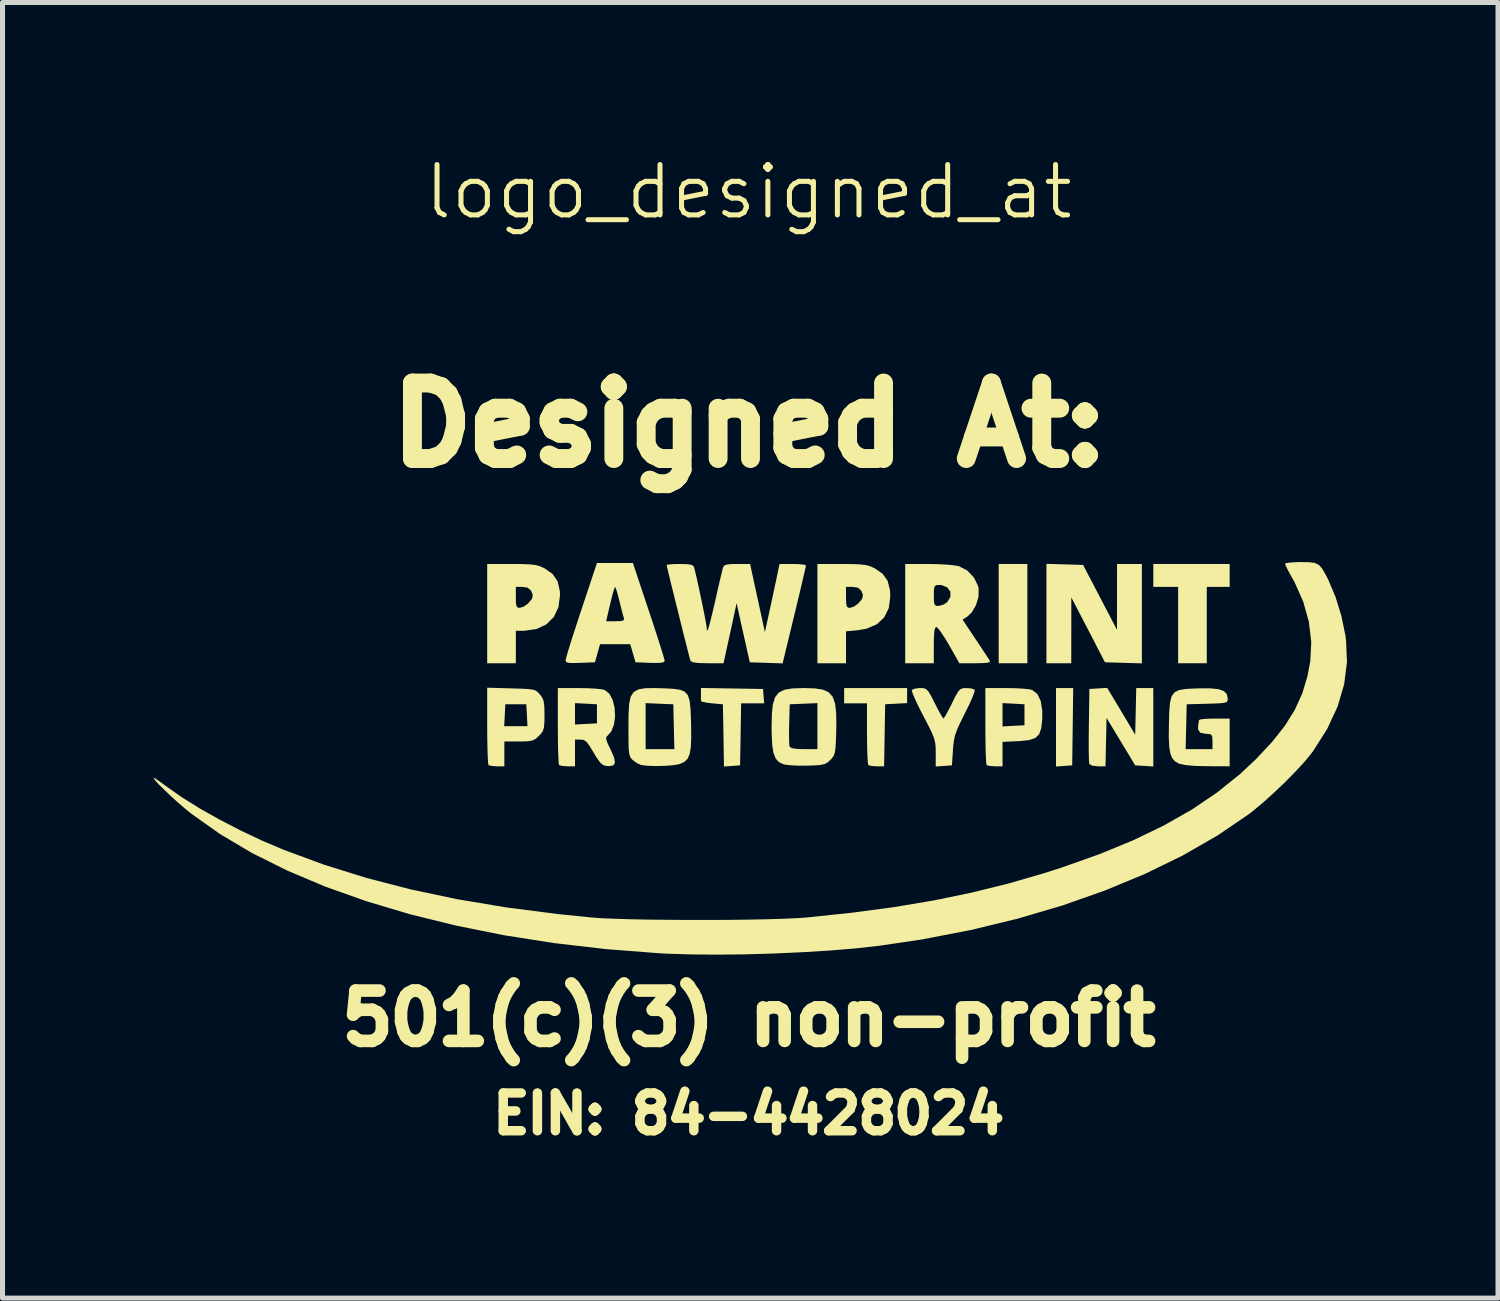
<source format=kicad_pcb>
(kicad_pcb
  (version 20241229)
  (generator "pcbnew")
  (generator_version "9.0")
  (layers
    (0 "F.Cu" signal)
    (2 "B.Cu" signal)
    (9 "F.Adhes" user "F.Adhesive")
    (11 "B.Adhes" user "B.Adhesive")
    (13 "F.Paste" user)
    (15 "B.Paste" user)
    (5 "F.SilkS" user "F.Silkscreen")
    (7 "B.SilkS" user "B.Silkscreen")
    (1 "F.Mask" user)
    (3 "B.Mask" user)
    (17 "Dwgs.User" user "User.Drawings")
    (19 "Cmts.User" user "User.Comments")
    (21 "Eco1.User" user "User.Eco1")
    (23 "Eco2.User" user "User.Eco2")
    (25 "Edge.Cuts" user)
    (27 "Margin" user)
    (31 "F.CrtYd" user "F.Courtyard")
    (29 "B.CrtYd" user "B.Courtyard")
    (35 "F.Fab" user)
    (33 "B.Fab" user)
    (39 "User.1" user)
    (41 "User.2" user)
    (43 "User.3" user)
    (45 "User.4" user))
  (footprint "logo_designed_at"
    (layer "F.Cu")
    (at 11.821 11.261)
    (property "Reference" "logo_designed_at" (at 0 -10.5 0) (unlocked yes) (layer "F.SilkS") (effects (font (size 1 1) (thickness 0.1))))
    (attr smd)
    (fp_poly (pts (xy -10.307 -2.031) (xy -10.265 -1.947) (xy -10.219 -1.834) (xy -10.16 -1.692) (xy -10.095 -1.563) (xy -10.05 -1.493) (xy -9.964 -1.384) (xy -10.09 -1.334) (xy -10.189 -1.284) (xy -10.258 -1.23) (xy -10.261 -1.226) (xy -10.298 -1.195) (xy -10.335 -1.218) (xy -10.371 -1.268) (xy -10.418 -1.377) (xy -10.445 -1.519) (xy -10.454 -1.674) (xy -10.445 -1.825) (xy -10.419 -1.952) (xy -10.377 -2.037) (xy -10.336 -2.062)) (stroke (width 0) (type solid)) (fill yes) (layer "F.Mask"))
    (fp_poly (pts (xy -7.267 -3.269) (xy -7.162 -3.216) (xy -7.11 -3.179) (xy -7.022 -3.096) (xy -6.93 -2.989) (xy -6.85 -2.878) (xy -6.798 -2.785) (xy -6.786 -2.743) (xy -6.815 -2.696) (xy -6.835 -2.692) (xy -6.898 -2.675) (xy -6.994 -2.635) (xy -7.024 -2.62) (xy -7.163 -2.549) (xy -7.188 -2.687) (xy -7.219 -2.796) (xy -7.274 -2.936) (xy -7.324 -3.046) (xy -7.378 -3.162) (xy -7.411 -3.249) (xy -7.416 -3.288) (xy -7.36 -3.296)) (stroke (width 0) (type solid)) (fill yes) (layer "F.Mask"))
    (fp_poly (pts (xy -9.916 -3.91) (xy -9.874 -3.826) (xy -9.859 -3.782) (xy -9.81 -3.646) (xy -9.743 -3.498) (xy -9.719 -3.451) (xy -9.666 -3.349) (xy -9.648 -3.292) (xy -9.664 -3.255) (xy -9.691 -3.233) (xy -9.761 -3.193) (xy -9.795 -3.184) (xy -9.849 -3.161) (xy -9.898 -3.124) (xy -9.951 -3.087) (xy -9.986 -3.109) (xy -10.009 -3.149) (xy -10.049 -3.262) (xy -10.071 -3.405) (xy -10.075 -3.561) (xy -10.063 -3.71) (xy -10.037 -3.835) (xy -9.997 -3.918) (xy -9.955 -3.943)) (stroke (width 0) (type solid)) (fill yes) (layer "F.Mask"))
    (fp_poly (pts (xy -8.882 -4.302) (xy -8.743 -4.232) (xy -8.633 -4.141) (xy -8.529 -4.009) (xy -8.486 -3.945) (xy -8.414 -3.826) (xy -8.384 -3.756) (xy -8.395 -3.723) (xy -8.444 -3.715) (xy -8.445 -3.715) (xy -8.524 -3.698) (xy -8.619 -3.658) (xy -8.7 -3.617) (xy -8.737 -3.605) (xy -8.759 -3.616) (xy -8.77 -3.627) (xy -8.79 -3.681) (xy -8.795 -3.737) (xy -8.812 -3.814) (xy -8.857 -3.93) (xy -8.909 -4.037) (xy -8.985 -4.189) (xy -9.019 -4.284) (xy -9.012 -4.328) (xy -8.963 -4.33)) (stroke (width 0) (type solid)) (fill yes) (layer "F.Mask"))
    (fp_poly (pts (xy -6.713 -2.511) (xy -6.585 -2.448) (xy -6.457 -2.365) (xy -6.266 -2.203) (xy -6.111 -2.01) (xy -5.995 -1.795) (xy -5.919 -1.572) (xy -5.885 -1.35) (xy -5.895 -1.142) (xy -5.951 -0.957) (xy -6.056 -0.808) (xy -6.175 -0.723) (xy -6.307 -0.666) (xy -6.417 -0.652) (xy -6.546 -0.676) (xy -6.572 -0.683) (xy -6.738 -0.772) (xy -6.868 -0.926) (xy -6.889 -0.964) (xy -6.939 -1.076) (xy -7 -1.236) (xy -7.064 -1.418) (xy -7.123 -1.598) (xy -7.167 -1.75) (xy -7.184 -1.823) (xy -7.185 -2.021) (xy -7.126 -2.22) (xy -7.014 -2.394) (xy -6.991 -2.419) (xy -6.9 -2.495) (xy -6.813 -2.526)) (stroke (width 0) (type solid)) (fill yes) (layer "F.Mask"))
    (fp_poly (pts (xy -8.157 -3.452) (xy -7.982 -3.351) (xy -7.808 -3.206) (xy -7.645 -3.021) (xy -7.498 -2.804) (xy -7.376 -2.561) (xy -7.301 -2.353) (xy -7.251 -2.085) (xy -7.261 -1.842) (xy -7.33 -1.634) (xy -7.455 -1.466) (xy -7.634 -1.347) (xy -7.647 -1.341) (xy -7.766 -1.299) (xy -7.853 -1.297) (xy -7.942 -1.333) (xy -7.942 -1.333) (xy -8.102 -1.453) (xy -8.256 -1.628) (xy -8.385 -1.835) (xy -8.385 -1.836) (xy -8.472 -2.035) (xy -8.547 -2.26) (xy -8.607 -2.497) (xy -8.651 -2.734) (xy -8.678 -2.957) (xy -8.684 -3.152) (xy -8.668 -3.306) (xy -8.628 -3.406) (xy -8.615 -3.421) (xy -8.481 -3.493) (xy -8.326 -3.501)) (stroke (width 0) (type solid)) (fill yes) (layer "F.Mask"))
    (fp_poly (pts (xy -9.457 -3.007) (xy -9.329 -2.916) (xy -9.179 -2.762) (xy -9.062 -2.622) (xy -8.951 -2.468) (xy -8.833 -2.28) (xy -8.733 -2.097) (xy -8.721 -2.073) (xy -8.589 -1.763) (xy -8.514 -1.502) (xy -8.497 -1.285) (xy -8.536 -1.112) (xy -8.634 -0.979) (xy -8.785 -0.886) (xy -8.959 -0.839) (xy -9.13 -0.855) (xy -9.278 -0.913) (xy -9.451 -1.028) (xy -9.605 -1.193) (xy -9.748 -1.42) (xy -9.811 -1.547) (xy -9.877 -1.694) (xy -9.919 -1.818) (xy -9.944 -1.95) (xy -9.958 -2.117) (xy -9.962 -2.197) (xy -9.967 -2.438) (xy -9.95 -2.62) (xy -9.91 -2.76) (xy -9.842 -2.872) (xy -9.782 -2.937) (xy -9.677 -3.014) (xy -9.571 -3.039)) (stroke (width 0) (type solid)) (fill yes) (layer "F.Mask"))
    (fp_poly (pts (xy -9.848 -1.165) (xy -9.742 -1.131) (xy -9.621 -1.061) (xy -9.53 -0.995) (xy -9.453 -0.924) (xy -9.382 -0.835) (xy -9.307 -0.714) (xy -9.217 -0.547) (xy -9.14 -0.395) (xy -9.036 -0.169) (xy -8.978 0.01) (xy -8.962 0.157) (xy -8.986 0.283) (xy -9.011 0.34) (xy -9.132 0.501) (xy -9.291 0.601) (xy -9.473 0.637) (xy -9.665 0.605) (xy -9.748 0.568) (xy -9.921 0.442) (xy -10.078 0.251) (xy -10.188 0.061) (xy -10.241 -0.059) (xy -10.275 -0.182) (xy -10.294 -0.336) (xy -10.302 -0.474) (xy -10.307 -0.647) (xy -10.302 -0.769) (xy -10.282 -0.862) (xy -10.246 -0.952) (xy -10.229 -0.986) (xy -10.171 -1.088) (xy -10.117 -1.14) (xy -10.039 -1.162) (xy -9.97 -1.167)) (stroke (width 0) (type solid)) (fill yes) (layer "F.Mask"))
    (fp_poly (pts (xy -7.767 -0.887) (xy -7.553 -0.8) (xy -7.514 -0.781) (xy -7.371 -0.719) (xy -7.181 -0.649) (xy -6.971 -0.581) (xy -6.805 -0.534) (xy -6.515 -0.45) (xy -6.288 -0.361) (xy -6.112 -0.262) (xy -5.971 -0.145) (xy -5.903 -0.068) (xy -5.804 0.108) (xy -5.771 0.298) (xy -5.8 0.484) (xy -5.889 0.65) (xy -6.034 0.782) (xy -6.079 0.808) (xy -6.214 0.856) (xy -6.406 0.895) (xy -6.569 0.915) (xy -6.901 0.959) (xy -7.179 1.032) (xy -7.424 1.14) (xy -7.655 1.293) (xy -7.858 1.466) (xy -8.015 1.594) (xy -8.181 1.696) (xy -8.335 1.762) (xy -8.437 1.781) (xy -8.515 1.765) (xy -8.626 1.722) (xy -8.681 1.696) (xy -8.827 1.608) (xy -8.922 1.51) (xy -8.977 1.384) (xy -9.001 1.212) (xy -9.004 1.085) (xy -9.004 0.773) (xy -8.765 0.358) (xy -8.657 0.161) (xy -8.552 -0.051) (xy -8.463 -0.25) (xy -8.412 -0.379) (xy -8.313 -0.618) (xy -8.208 -0.785) (xy -8.087 -0.883) (xy -7.942 -0.915)) (stroke (width 0) (type solid)) (fill yes) (layer "F.Mask"))
    (fp_poly (pts (xy 5.535 -2.123) (xy 5.535 -1.137) (xy 5.251 -1.137) (xy 4.966 -1.137) (xy 4.966 -2.123) (xy 4.966 -3.109) (xy 5.251 -3.109) (xy 5.535 -3.109)) (stroke (width 0) (type solid)) (fill yes) (layer "F.SilkS"))
    (fp_poly (pts (xy 6.436 0.123) (xy 6.426 0.891) (xy 6.265 0.903) (xy 6.104 0.914) (xy 6.104 0.135) (xy 6.104 -0.644) (xy 6.275 -0.644) (xy 6.446 -0.644)) (stroke (width 0) (type solid)) (fill yes) (layer "F.SilkS"))
    (fp_poly (pts (xy 9.553 -2.881) (xy 9.553 -2.654) (xy 9.326 -2.654) (xy 9.099 -2.654) (xy 9.099 -1.896) (xy 9.099 -1.137) (xy 8.814 -1.137) (xy 8.53 -1.137) (xy 8.53 -1.896) (xy 8.53 -2.654) (xy 8.283 -2.654) (xy 8.037 -2.654) (xy 8.037 -2.881) (xy 8.037 -3.109) (xy 8.795 -3.109) (xy 9.553 -3.109)) (stroke (width 0) (type solid)) (fill yes) (layer "F.SilkS"))
    (fp_poly (pts (xy -0.332 -0.636) (xy 0.284 -0.626) (xy 0.296 -0.483) (xy 0.308 -0.341) (xy 0.079 -0.341) (xy -0.15 -0.341) (xy -0.16 0.275) (xy -0.171 0.891) (xy -0.331 0.903) (xy -0.491 0.914) (xy -0.501 0.296) (xy -0.512 -0.322) (xy -0.73 -0.341) (xy -0.848 -0.356) (xy -0.927 -0.374) (xy -0.948 -0.389) (xy -0.948 -0.444) (xy -0.948 -0.532) (xy -0.948 -0.646)) (stroke (width 0) (type solid)) (fill yes) (layer "F.SilkS"))
    (fp_poly (pts (xy 6.278 -3.101) (xy 6.642 -3.09) (xy 6.979 -2.445) (xy 7.315 -1.801) (xy 7.316 -2.455) (xy 7.317 -3.109) (xy 7.563 -3.109) (xy 7.81 -3.109) (xy 7.81 -2.122) (xy 7.81 -1.135) (xy 7.443 -1.145) (xy 7.077 -1.156) (xy 6.743 -1.801) (xy 6.408 -2.445) (xy 6.408 -1.791) (xy 6.407 -1.137) (xy 6.16 -1.137) (xy 5.914 -1.137) (xy 5.914 -2.124) (xy 5.914 -3.111)) (stroke (width 0) (type solid)) (fill yes) (layer "F.SilkS"))
    (fp_poly (pts (xy 3.147 -0.495) (xy 3.147 -0.345) (xy 2.929 -0.334) (xy 2.711 -0.322) (xy 2.7 0.294) (xy 2.69 0.91) (xy 2.545 0.91) (xy 2.446 0.904) (xy 2.382 0.889) (xy 2.376 0.885) (xy 2.367 0.84) (xy 2.36 0.733) (xy 2.354 0.577) (xy 2.351 0.386) (xy 2.35 0.259) (xy 2.35 -0.341) (xy 2.123 -0.341) (xy 1.896 -0.341) (xy 1.896 -0.493) (xy 1.896 -0.644) (xy 2.521 -0.644) (xy 3.147 -0.644)) (stroke (width 0) (type solid)) (fill yes) (layer "F.SilkS"))
    (fp_poly (pts (xy 7.399 -0.184) (xy 7.677 0.281) (xy 7.688 -0.182) (xy 7.698 -0.644) (xy 7.868 -0.644) (xy 8.037 -0.644) (xy 8.037 0.135) (xy 8.037 0.914) (xy 7.857 0.902) (xy 7.677 0.891) (xy 7.393 0.42) (xy 7.108 -0.051) (xy 7.098 0.429) (xy 7.087 0.91) (xy 6.935 0.91) (xy 6.829 0.898) (xy 6.769 0.869) (xy 6.765 0.861) (xy 6.76 0.81) (xy 6.756 0.695) (xy 6.754 0.53) (xy 6.754 0.327) (xy 6.757 0.099) (xy 6.757 0.094) (xy 6.767 -0.626) (xy 6.944 -0.637) (xy 7.121 -0.648)) (stroke (width 0) (type solid)) (fill yes) (layer "F.SilkS"))
    (fp_poly (pts (xy 5.296 -0.641) (xy 5.456 -0.632) (xy 5.577 -0.619) (xy 5.629 -0.607) (xy 5.732 -0.528) (xy 5.801 -0.387) (xy 5.832 -0.189) (xy 5.831 -0.03) (xy 5.812 0.149) (xy 5.771 0.271) (xy 5.694 0.347) (xy 5.569 0.39) (xy 5.384 0.409) (xy 5.345 0.411) (xy 5.042 0.425) (xy 5.042 0.667) (xy 5.042 0.91) (xy 4.897 0.91) (xy 4.797 0.904) (xy 4.732 0.889) (xy 4.726 0.885) (xy 4.718 0.841) (xy 4.712 0.733) (xy 4.706 0.573) (xy 4.703 0.373) (xy 4.701 0.145) (xy 4.701 0.107) (xy 4.701 -0.114) (xy 5.042 -0.114) (xy 5.042 0.118) (xy 5.26 0.106) (xy 5.478 0.095) (xy 5.478 -0.114) (xy 5.478 -0.322) (xy 5.26 -0.334) (xy 5.042 -0.345) (xy 5.042 -0.114) (xy 4.701 -0.114) (xy 4.701 -0.644) (xy 5.115 -0.644)) (stroke (width 0) (type solid)) (fill yes) (layer "F.SilkS"))
    (fp_poly (pts (xy 2.058 -3.107) (xy 2.208 -3.101) (xy 2.317 -3.089) (xy 2.402 -3.067) (xy 2.48 -3.034) (xy 2.503 -3.023) (xy 2.66 -2.915) (xy 2.76 -2.774) (xy 2.807 -2.587) (xy 2.813 -2.465) (xy 2.783 -2.233) (xy 2.692 -2.048) (xy 2.544 -1.91) (xy 2.34 -1.823) (xy 2.16 -1.792) (xy 1.933 -1.771) (xy 1.933 -1.454) (xy 1.933 -1.137) (xy 1.649 -1.137) (xy 1.365 -1.137) (xy 1.365 -2.123) (xy 1.365 -2.445) (xy 1.933 -2.445) (xy 1.937 -2.325) (xy 1.951 -2.262) (xy 1.982 -2.239) (xy 2.011 -2.237) (xy 2.09 -2.262) (xy 2.176 -2.325) (xy 2.182 -2.33) (xy 2.254 -2.417) (xy 2.27 -2.49) (xy 2.236 -2.58) (xy 2.235 -2.58) (xy 2.169 -2.638) (xy 2.065 -2.654) (xy 1.933 -2.654) (xy 1.933 -2.445) (xy 1.365 -2.445) (xy 1.365 -3.109) (xy 1.85 -3.109)) (stroke (width 0) (type solid)) (fill yes) (layer "F.SilkS"))
    (fp_poly (pts (xy -4.5 -3.107) (xy -4.35 -3.101) (xy -4.242 -3.089) (xy -4.157 -3.067) (xy -4.078 -3.034) (xy -4.056 -3.023) (xy -3.895 -2.911) (xy -3.795 -2.763) (xy -3.751 -2.57) (xy -3.748 -2.486) (xy -3.779 -2.249) (xy -3.871 -2.055) (xy -4.019 -1.909) (xy -4.216 -1.817) (xy -4.46 -1.782) (xy -4.479 -1.782) (xy -4.625 -1.782) (xy -4.625 -1.46) (xy -4.625 -1.137) (xy -4.909 -1.137) (xy -5.194 -1.137) (xy -5.194 -2.123) (xy -5.194 -2.445) (xy -4.625 -2.445) (xy -4.622 -2.325) (xy -4.608 -2.262) (xy -4.576 -2.239) (xy -4.548 -2.237) (xy -4.468 -2.262) (xy -4.382 -2.325) (xy -4.377 -2.33) (xy -4.304 -2.417) (xy -4.288 -2.49) (xy -4.323 -2.58) (xy -4.323 -2.58) (xy -4.39 -2.638) (xy -4.494 -2.654) (xy -4.625 -2.654) (xy -4.625 -2.445) (xy -5.194 -2.445) (xy -5.194 -3.109) (xy -4.709 -3.109)) (stroke (width 0) (type solid)) (fill yes) (layer "F.SilkS"))
    (fp_poly (pts (xy -4.716 -0.638) (xy -4.519 -0.632) (xy -4.382 -0.625) (xy -4.291 -0.613) (xy -4.232 -0.594) (xy -4.19 -0.564) (xy -4.149 -0.521) (xy -4.148 -0.519) (xy -4.101 -0.455) (xy -4.073 -0.385) (xy -4.06 -0.285) (xy -4.056 -0.135) (xy -4.056 -0.109) (xy -4.058 0.046) (xy -4.068 0.146) (xy -4.091 0.214) (xy -4.134 0.272) (xy -4.167 0.306) (xy -4.23 0.363) (xy -4.292 0.396) (xy -4.377 0.412) (xy -4.506 0.417) (xy -4.565 0.417) (xy -4.853 0.417) (xy -4.853 0.663) (xy -4.853 0.91) (xy -4.998 0.91) (xy -5.098 0.904) (xy -5.162 0.889) (xy -5.168 0.885) (xy -5.176 0.841) (xy -5.183 0.733) (xy -5.188 0.573) (xy -5.192 0.373) (xy -5.194 0.144) (xy -5.194 0.114) (xy -4.856 0.114) (xy -4.625 0.114) (xy -4.394 0.114) (xy -4.405 -0.104) (xy -4.417 -0.322) (xy -4.625 -0.322) (xy -4.834 -0.322) (xy -4.845 -0.104) (xy -4.856 0.114) (xy -5.194 0.114) (xy -5.194 0.104) (xy -5.194 -0.651)) (stroke (width 0) (type solid)) (fill yes) (layer "F.SilkS"))
    (fp_poly (pts (xy -1.69 -0.639) (xy -1.503 -0.63) (xy -1.366 -0.611) (xy -1.27 -0.572) (xy -1.209 -0.503) (xy -1.173 -0.392) (xy -1.155 -0.23) (xy -1.146 -0.006) (xy -1.144 0.073) (xy -1.141 0.33) (xy -1.149 0.522) (xy -1.171 0.66) (xy -1.21 0.755) (xy -1.27 0.817) (xy -1.354 0.858) (xy -1.393 0.87) (xy -1.51 0.89) (xy -1.673 0.901) (xy -1.851 0.905) (xy -2.016 0.899) (xy -2.137 0.884) (xy -2.142 0.883) (xy -2.225 0.844) (xy -2.303 0.786) (xy -2.336 0.752) (xy -2.359 0.712) (xy -2.374 0.652) (xy -2.383 0.561) (xy -2.387 0.425) (xy -2.388 0.231) (xy -2.388 0.126) (xy -2.388 0.112) (xy -2.047 0.112) (xy -2.047 0.569) (xy -1.762 0.569) (xy -1.476 0.569) (xy -1.487 0.123) (xy -1.497 -0.322) (xy -1.772 -0.333) (xy -2.047 -0.345) (xy -2.047 0.112) (xy -2.388 0.112) (xy -2.386 -0.137) (xy -2.374 -0.334) (xy -2.343 -0.474) (xy -2.285 -0.565) (xy -2.192 -0.618) (xy -2.055 -0.641) (xy -1.865 -0.644)) (stroke (width 0) (type solid)) (fill yes) (layer "F.SilkS"))
    (fp_poly (pts (xy -1.984 -2.18) (xy -1.899 -1.925) (xy -1.823 -1.692) (xy -1.759 -1.491) (xy -1.709 -1.332) (xy -1.678 -1.226) (xy -1.668 -1.184) (xy -1.688 -1.158) (xy -1.755 -1.145) (xy -1.881 -1.143) (xy -1.958 -1.145) (xy -2.248 -1.156) (xy -2.3 -1.336) (xy -2.353 -1.516) (xy -2.653 -1.516) (xy -2.953 -1.516) (xy -3.003 -1.336) (xy -3.054 -1.156) (xy -3.347 -1.145) (xy -3.495 -1.141) (xy -3.582 -1.146) (xy -3.624 -1.161) (xy -3.636 -1.191) (xy -3.636 -1.202) (xy -3.623 -1.255) (xy -3.59 -1.37) (xy -3.539 -1.536) (xy -3.473 -1.742) (xy -3.398 -1.971) (xy -2.831 -1.971) (xy -2.644 -1.971) (xy -2.53 -1.976) (xy -2.479 -1.994) (xy -2.476 -2.024) (xy -2.494 -2.084) (xy -2.524 -2.196) (xy -2.559 -2.338) (xy -2.566 -2.365) (xy -2.6 -2.5) (xy -2.631 -2.602) (xy -2.651 -2.651) (xy -2.654 -2.653) (xy -2.67 -2.619) (xy -2.698 -2.527) (xy -2.732 -2.394) (xy -2.752 -2.312) (xy -2.831 -1.971) (xy -3.398 -1.971) (xy -3.396 -1.979) (xy -3.323 -2.199) (xy -3.014 -3.128) (xy -2.657 -3.128) (xy -2.3 -3.128)) (stroke (width 0) (type solid)) (fill yes) (layer "F.SilkS"))
    (fp_poly (pts (xy 1.312 -0.638) (xy 1.473 -0.613) (xy 1.59 -0.56) (xy 1.669 -0.47) (xy 1.716 -0.336) (xy 1.738 -0.148) (xy 1.741 0.103) (xy 1.738 0.235) (xy 1.732 0.426) (xy 1.723 0.558) (xy 1.709 0.645) (xy 1.687 0.705) (xy 1.652 0.752) (xy 1.622 0.784) (xy 1.567 0.833) (xy 1.509 0.864) (xy 1.429 0.883) (xy 1.308 0.892) (xy 1.167 0.897) (xy 0.995 0.898) (xy 0.837 0.89) (xy 0.719 0.876) (xy 0.689 0.869) (xy 0.6 0.826) (xy 0.536 0.755) (xy 0.492 0.643) (xy 0.467 0.482) (xy 0.456 0.26) (xy 0.456 0.243) (xy 0.801 0.243) (xy 0.803 0.386) (xy 0.807 0.486) (xy 0.812 0.519) (xy 0.856 0.549) (xy 0.962 0.565) (xy 1.098 0.569) (xy 1.365 0.569) (xy 1.365 0.112) (xy 1.365 -0.345) (xy 1.09 -0.333) (xy 0.815 -0.322) (xy 0.804 0.073) (xy 0.801 0.243) (xy 0.456 0.243) (xy 0.455 0.14) (xy 0.46 -0.124) (xy 0.48 -0.321) (xy 0.524 -0.462) (xy 0.598 -0.555) (xy 0.71 -0.611) (xy 0.868 -0.637) (xy 1.08 -0.644) (xy 1.099 -0.644)) (stroke (width 0) (type solid)) (fill yes) (layer "F.SilkS"))
    (fp_poly (pts (xy 4.425 -0.636) (xy 4.486 -0.614) (xy 4.491 -0.608) (xy 4.483 -0.563) (xy 4.446 -0.464) (xy 4.385 -0.326) (xy 4.305 -0.164) (xy 4.295 -0.144) (xy 4.202 0.043) (xy 4.139 0.183) (xy 4.098 0.297) (xy 4.075 0.406) (xy 4.061 0.53) (xy 4.057 0.588) (xy 4.037 0.891) (xy 3.876 0.903) (xy 3.715 0.914) (xy 3.715 0.645) (xy 3.714 0.534) (xy 3.705 0.443) (xy 3.683 0.355) (xy 3.643 0.253) (xy 3.579 0.121) (xy 3.486 -0.058) (xy 3.466 -0.096) (xy 3.378 -0.268) (xy 3.307 -0.418) (xy 3.259 -0.532) (xy 3.24 -0.597) (xy 3.241 -0.606) (xy 3.291 -0.631) (xy 3.385 -0.644) (xy 3.405 -0.644) (xy 3.474 -0.642) (xy 3.524 -0.624) (xy 3.568 -0.579) (xy 3.62 -0.493) (xy 3.692 -0.352) (xy 3.697 -0.342) (xy 3.766 -0.208) (xy 3.824 -0.104) (xy 3.861 -0.046) (xy 3.869 -0.039) (xy 3.893 -0.07) (xy 3.942 -0.155) (xy 4.006 -0.277) (xy 4.037 -0.341) (xy 4.109 -0.486) (xy 4.161 -0.575) (xy 4.205 -0.622) (xy 4.254 -0.641) (xy 4.321 -0.644) (xy 4.327 -0.644)) (stroke (width 0) (type solid)) (fill yes) (layer "F.SilkS"))
    (fp_poly (pts (xy 9.329 -0.623) (xy 9.438 -0.585) (xy 9.497 -0.525) (xy 9.516 -0.438) (xy 9.516 -0.436) (xy 9.513 -0.395) (xy 9.496 -0.368) (xy 9.452 -0.352) (xy 9.368 -0.342) (xy 9.229 -0.336) (xy 9.108 -0.333) (xy 8.7 -0.322) (xy 8.69 0.123) (xy 8.679 0.569) (xy 8.946 0.569) (xy 9.212 0.569) (xy 9.212 0.417) (xy 9.208 0.32) (xy 9.183 0.277) (xy 9.12 0.266) (xy 9.084 0.265) (xy 8.974 0.245) (xy 8.926 0.181) (xy 8.928 0.089) (xy 8.941 0.016) (xy 8.944 -0.009) (xy 8.98 -0.023) (xy 9.074 -0.033) (xy 9.208 -0.038) (xy 9.25 -0.038) (xy 9.553 -0.038) (xy 9.553 0.436) (xy 9.553 0.91) (xy 9.108 0.908) (xy 8.864 0.902) (xy 8.678 0.886) (xy 8.559 0.861) (xy 8.546 0.856) (xy 8.468 0.811) (xy 8.411 0.746) (xy 8.374 0.651) (xy 8.352 0.514) (xy 8.344 0.325) (xy 8.347 0.071) (xy 8.347 0.062) (xy 8.354 -0.181) (xy 8.369 -0.358) (xy 8.4 -0.48) (xy 8.457 -0.559) (xy 8.547 -0.604) (xy 8.68 -0.626) (xy 8.864 -0.636) (xy 8.93 -0.638) (xy 9.163 -0.639)) (stroke (width 0) (type solid)) (fill yes) (layer "F.SilkS"))
    (fp_poly (pts (xy -3.196 -0.641) (xy -3.035 -0.632) (xy -2.915 -0.619) (xy -2.863 -0.607) (xy -2.769 -0.534) (xy -2.702 -0.409) (xy -2.663 -0.252) (xy -2.654 -0.082) (xy -2.676 0.081) (xy -2.729 0.218) (xy -2.796 0.294) (xy -2.826 0.325) (xy -2.831 0.367) (xy -2.809 0.437) (xy -2.755 0.553) (xy -2.739 0.585) (xy -2.673 0.738) (xy -2.656 0.838) (xy -2.689 0.892) (xy -2.774 0.907) (xy -2.83 0.903) (xy -2.893 0.884) (xy -2.953 0.832) (xy -3.022 0.735) (xy -3.082 0.635) (xy -3.161 0.504) (xy -3.219 0.426) (xy -3.271 0.389) (xy -3.331 0.379) (xy -3.339 0.379) (xy -3.45 0.379) (xy -3.45 0.644) (xy -3.45 0.91) (xy -3.595 0.91) (xy -3.695 0.904) (xy -3.759 0.889) (xy -3.766 0.885) (xy -3.774 0.841) (xy -3.78 0.733) (xy -3.786 0.573) (xy -3.789 0.373) (xy -3.791 0.145) (xy -3.791 0.107) (xy -3.791 -0.133) (xy -3.45 -0.133) (xy -3.45 0.08) (xy -3.232 0.068) (xy -3.014 0.057) (xy -3.014 -0.133) (xy -3.014 -0.322) (xy -3.232 -0.334) (xy -3.45 -0.345) (xy -3.45 -0.133) (xy -3.791 -0.133) (xy -3.791 -0.644) (xy -3.376 -0.644)) (stroke (width 0) (type solid)) (fill yes) (layer "F.SilkS"))
    (fp_poly (pts (xy 3.764 -3.105) (xy 3.946 -3.095) (xy 4.092 -3.08) (xy 4.177 -3.064) (xy 4.341 -2.979) (xy 4.474 -2.84) (xy 4.556 -2.671) (xy 4.567 -2.621) (xy 4.565 -2.46) (xy 4.516 -2.293) (xy 4.431 -2.147) (xy 4.346 -2.066) (xy 4.249 -2.002) (xy 4.506 -1.617) (xy 4.608 -1.464) (xy 4.695 -1.332) (xy 4.76 -1.234) (xy 4.791 -1.185) (xy 4.791 -1.185) (xy 4.788 -1.161) (xy 4.736 -1.146) (xy 4.626 -1.139) (xy 4.502 -1.137) (xy 4.185 -1.137) (xy 3.981 -1.497) (xy 3.893 -1.644) (xy 3.815 -1.761) (xy 3.755 -1.837) (xy 3.727 -1.858) (xy 3.702 -1.837) (xy 3.687 -1.77) (xy 3.679 -1.644) (xy 3.677 -1.497) (xy 3.677 -1.137) (xy 3.393 -1.137) (xy 3.109 -1.137) (xy 3.109 -2.123) (xy 3.109 -2.483) (xy 3.677 -2.483) (xy 3.68 -2.364) (xy 3.693 -2.302) (xy 3.725 -2.278) (xy 3.772 -2.275) (xy 3.87 -2.301) (xy 3.943 -2.35) (xy 4.007 -2.456) (xy 4.006 -2.559) (xy 3.946 -2.642) (xy 3.837 -2.688) (xy 3.788 -2.692) (xy 3.725 -2.688) (xy 3.692 -2.664) (xy 3.679 -2.602) (xy 3.677 -2.483) (xy 3.109 -2.483) (xy 3.109 -3.109) (xy 3.569 -3.109)) (stroke (width 0) (type solid)) (fill yes) (layer "F.SilkS"))
    (fp_poly (pts (xy 0.175 -2.432) (xy 0.322 -1.755) (xy 0.422 -2.214) (xy 0.466 -2.416) (xy 0.508 -2.614) (xy 0.545 -2.785) (xy 0.567 -2.891) (xy 0.612 -3.109) (xy 0.875 -3.109) (xy 1.005 -3.105) (xy 1.099 -3.095) (xy 1.138 -3.081) (xy 1.138 -3.08) (xy 1.129 -3.037) (xy 1.105 -2.93) (xy 1.068 -2.77) (xy 1.02 -2.566) (xy 0.963 -2.329) (xy 0.906 -2.093) (xy 0.674 -1.134) (xy 0.348 -1.145) (xy 0.022 -1.156) (xy -0.042 -1.441) (xy -0.084 -1.628) (xy -0.132 -1.842) (xy -0.173 -2.028) (xy -0.24 -2.331) (xy -0.309 -2.009) (xy -0.351 -1.815) (xy -0.397 -1.606) (xy -0.437 -1.425) (xy -0.44 -1.412) (xy -0.5 -1.137) (xy -0.82 -1.137) (xy -1 -1.142) (xy -1.11 -1.157) (xy -1.155 -1.182) (xy -1.156 -1.185) (xy -1.17 -1.234) (xy -1.199 -1.344) (xy -1.239 -1.502) (xy -1.288 -1.695) (xy -1.342 -1.912) (xy -1.399 -2.141) (xy -1.456 -2.37) (xy -1.509 -2.586) (xy -1.557 -2.778) (xy -1.594 -2.934) (xy -1.62 -3.041) (xy -1.63 -3.088) (xy -1.63 -3.089) (xy -1.595 -3.098) (xy -1.504 -3.106) (xy -1.376 -3.109) (xy -1.367 -3.109) (xy -1.224 -3.105) (xy -1.14 -3.093) (xy -1.097 -3.068) (xy -1.085 -3.042) (xy -1.063 -2.958) (xy -1.031 -2.823) (xy -0.994 -2.653) (xy -0.954 -2.467) (xy -0.915 -2.278) (xy -0.88 -2.105) (xy -0.853 -1.963) (xy -0.837 -1.869) (xy -0.834 -1.842) (xy -0.83 -1.789) (xy -0.816 -1.794) (xy -0.791 -1.86) (xy -0.756 -1.993) (xy -0.707 -2.193) (xy -0.661 -2.393) (xy -0.615 -2.598) (xy -0.573 -2.78) (xy -0.538 -2.925) (xy -0.515 -3.018) (xy -0.509 -3.042) (xy -0.484 -3.079) (xy -0.428 -3.099) (xy -0.323 -3.108) (xy -0.23 -3.109) (xy 0.028 -3.109)) (stroke (width 0) (type solid)) (fill yes) (layer "F.SilkS"))
    (fp_poly (pts (xy 11.133 -3.144) (xy 11.247 -3.129) (xy 11.328 -3.089) (xy 11.395 -3.012) (xy 11.466 -2.885) (xy 11.516 -2.786) (xy 11.657 -2.452) (xy 11.773 -2.076) (xy 11.852 -1.692) (xy 11.864 -1.607) (xy 11.884 -1.164) (xy 11.828 -0.719) (xy 11.697 -0.275) (xy 11.491 0.167) (xy 11.213 0.605) (xy 11.183 0.645) (xy 11.049 0.81) (xy 10.87 1.005) (xy 10.662 1.217) (xy 10.439 1.43) (xy 10.218 1.629) (xy 10.014 1.799) (xy 9.933 1.862) (xy 9.312 2.284) (xy 8.626 2.679) (xy 7.88 3.043) (xy 7.079 3.376) (xy 6.229 3.675) (xy 5.336 3.938) (xy 4.405 4.163) (xy 3.441 4.349) (xy 2.597 4.474) (xy 2.141 4.525) (xy 1.629 4.568) (xy 1.077 4.602) (xy 0.503 4.628) (xy -0.073 4.645) (xy -0.635 4.651) (xy -1.164 4.646) (xy -1.642 4.631) (xy -1.763 4.624) (xy -2.827 4.542) (xy -3.859 4.422) (xy -4.856 4.266) (xy -5.813 4.074) (xy -6.727 3.849) (xy -7.593 3.59) (xy -8.408 3.301) (xy -9.168 2.98) (xy -9.868 2.631) (xy -10.505 2.253) (xy -11.075 1.848) (xy -11.089 1.837) (xy -11.215 1.734) (xy -11.351 1.616) (xy -11.487 1.492) (xy -11.612 1.373) (xy -11.717 1.269) (xy -11.79 1.189) (xy -11.821 1.144) (xy -11.818 1.137) (xy -11.777 1.159) (xy -11.693 1.216) (xy -11.582 1.297) (xy -11.554 1.317) (xy -11.257 1.526) (xy -10.903 1.747) (xy -10.507 1.97) (xy -10.087 2.187) (xy -9.657 2.39) (xy -9.234 2.569) (xy -9.227 2.572) (xy -8.424 2.868) (xy -7.589 3.128) (xy -6.714 3.355) (xy -5.794 3.549) (xy -4.82 3.712) (xy -3.786 3.845) (xy -3.128 3.912) (xy -2.927 3.927) (xy -2.662 3.938) (xy -2.345 3.948) (xy -1.986 3.955) (xy -1.599 3.959) (xy -1.194 3.962) (xy -0.783 3.962) (xy -0.378 3.96) (xy 0.01 3.955) (xy 0.368 3.948) (xy 0.686 3.938) (xy 0.952 3.927) (xy 1.154 3.913) (xy 1.156 3.912) (xy 2.053 3.818) (xy 2.887 3.707) (xy 3.673 3.575) (xy 4.423 3.42) (xy 5.149 3.241) (xy 5.864 3.034) (xy 6.217 2.921) (xy 6.961 2.657) (xy 7.636 2.38) (xy 8.247 2.085) (xy 8.8 1.771) (xy 9.3 1.433) (xy 9.754 1.069) (xy 10.084 0.76) (xy 10.4 0.422) (xy 10.652 0.102) (xy 10.848 -0.212) (xy 10.994 -0.533) (xy 11.097 -0.872) (xy 11.155 -1.176) (xy 11.174 -1.56) (xy 11.127 -1.959) (xy 11.015 -2.36) (xy 10.842 -2.749) (xy 10.802 -2.82) (xy 10.732 -2.947) (xy 10.679 -3.049) (xy 10.654 -3.108) (xy 10.653 -3.114) (xy 10.688 -3.129) (xy 10.781 -3.14) (xy 10.915 -3.146) (xy 10.969 -3.147)) (stroke (width 0) (type solid)) (fill yes) (layer "F.SilkS"))
    (fp_text user "501(c)(3) non-profit" (at 0 6.5 0) (unlocked yes) (layer "F.SilkS") (effects (font (size 1 1) (thickness 0.25) (bold yes)) (justify bottom)))
    (fp_text user "Designed At:" (at 0 -5 0) (unlocked yes) (layer "F.SilkS") (effects (font (size 1.5 1.5) (thickness 0.375) (bold yes)) (justify bottom)))
    (fp_text user "EIN: 84-4428024" (at 0 8.25 0) (unlocked yes) (layer "F.SilkS") (effects (font (size 0.75 0.75) (thickness 0.188) (bold yes)) (justify bottom))))
  (gr_rect
    (start -3 -3)
    (end 26.705 22.734)
    (stroke (width 0.1) (type default))
    (fill no)
    (layer "Edge.Cuts")))
</source>
